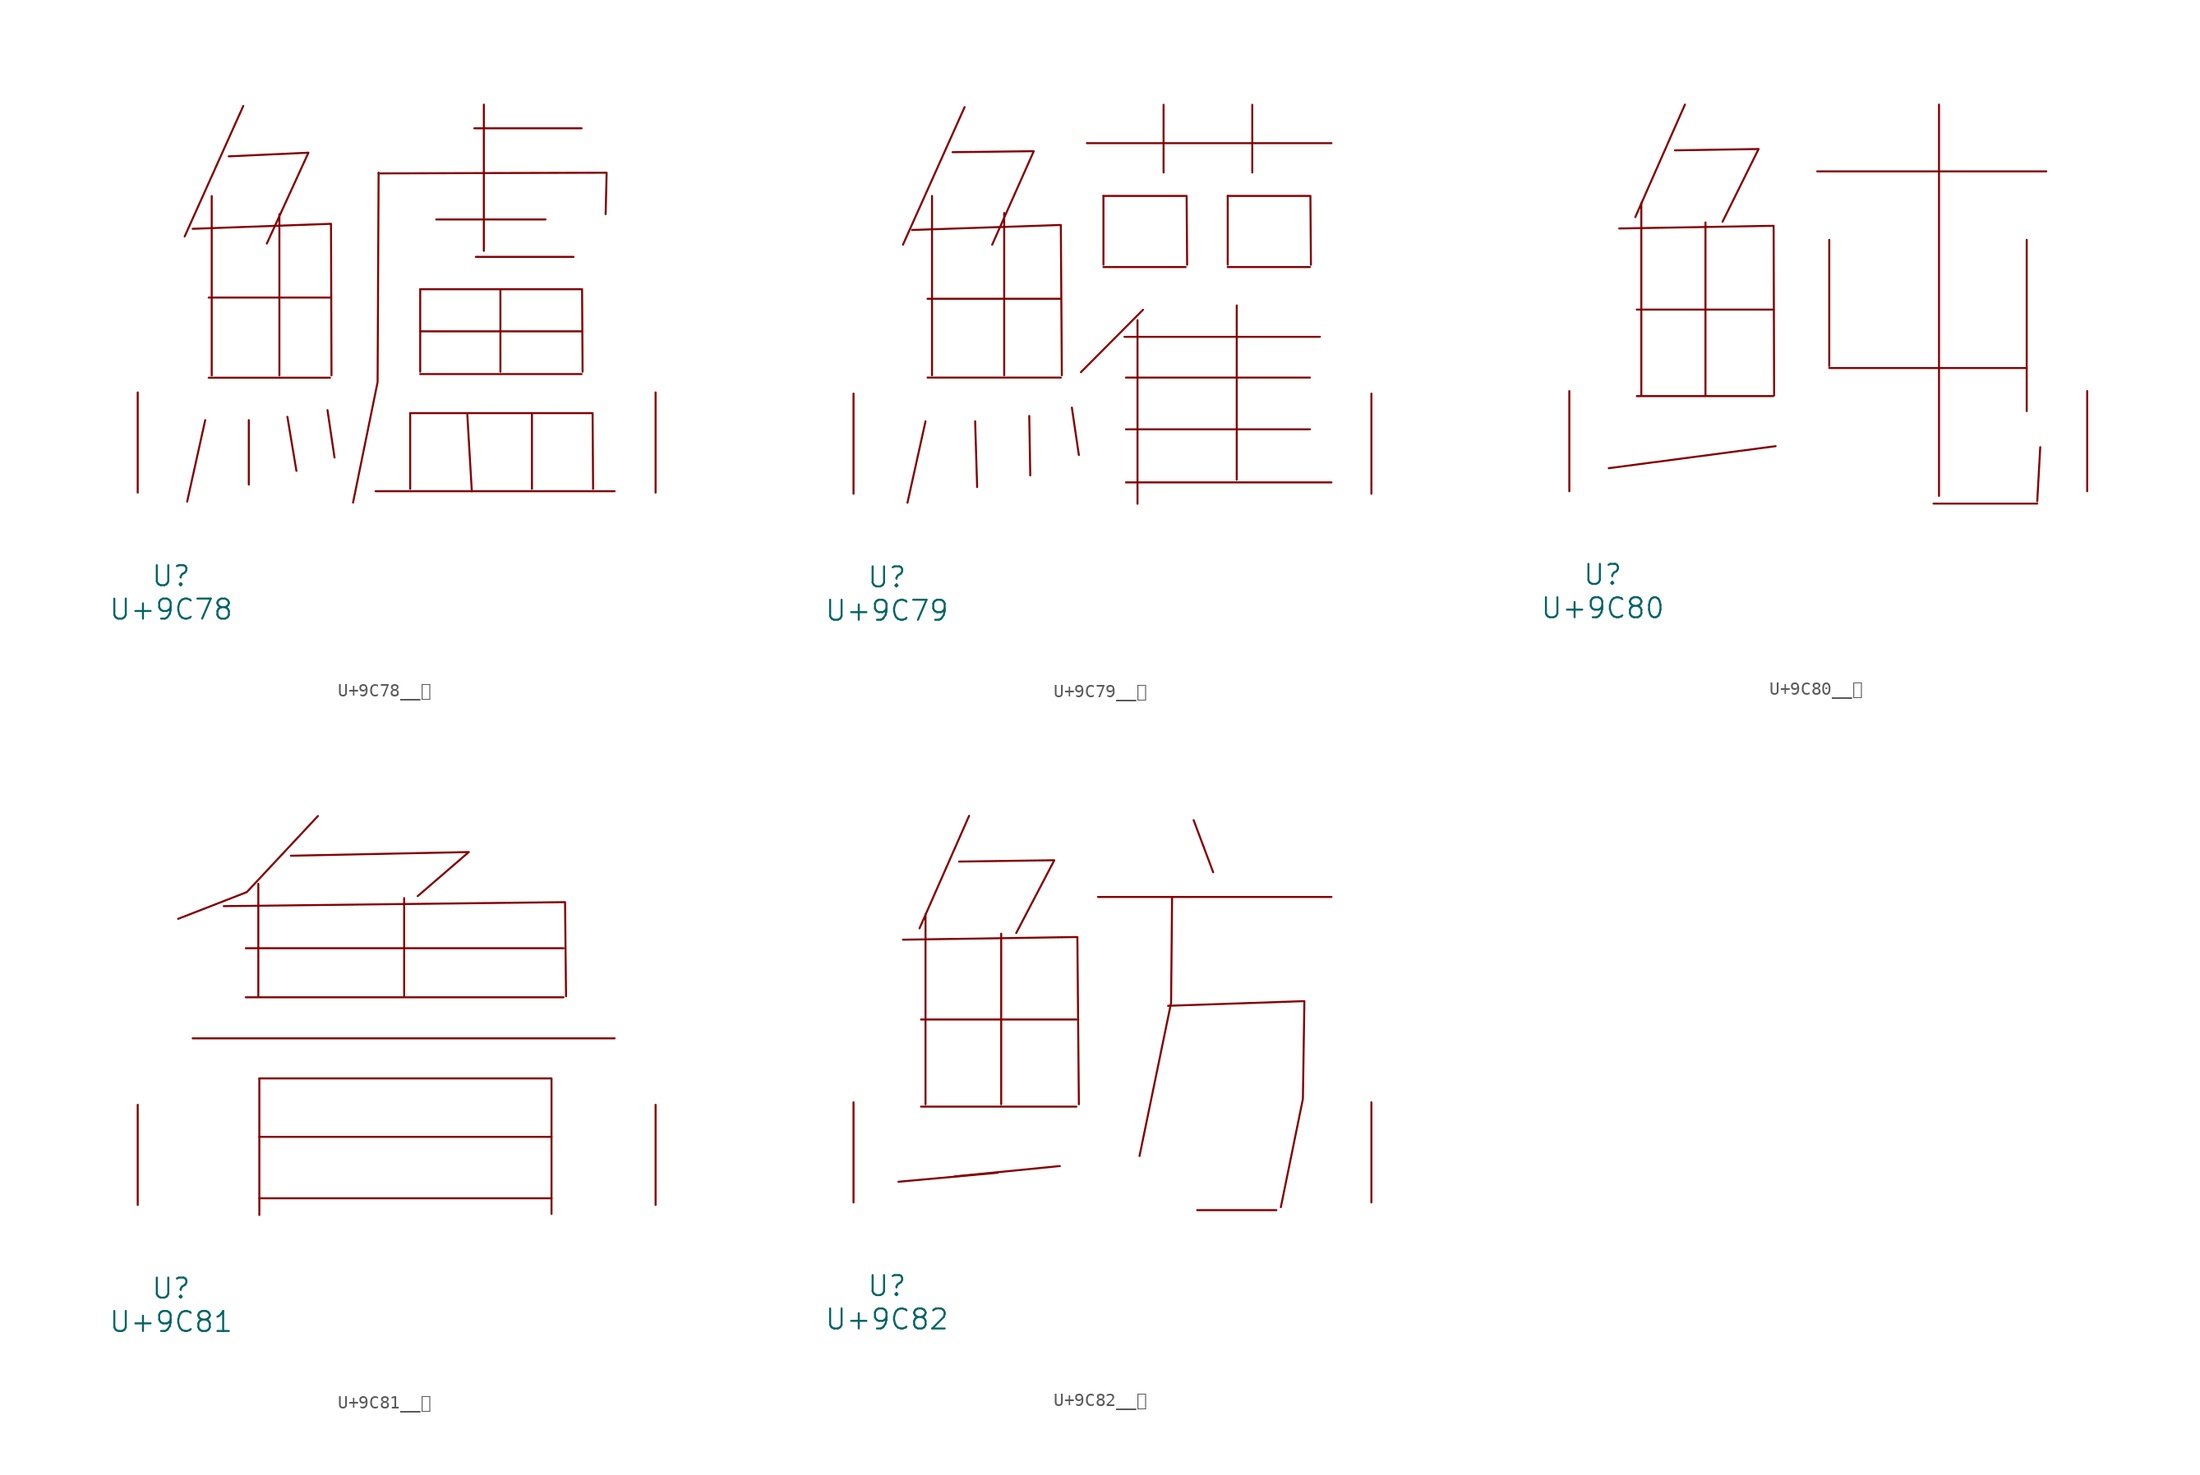
<source format=kicad_sym>
(kicad_symbol_lib
  (version 20231120)
  (generator "kicad_symbol_editor")
  (generator_version "8.0")
  (symbol "U+9C78__鱸"
    (pin_names
      (offset 1.016))
    (property "Reference" "U"
      (at 0 -6.35 0)
      (effects (font (size 1.524 1.524))))
    (property "Value" "U+9C78"
      (at 0 -8.89 0)
      (effects (font (size 1.524 1.524))))
    (symbol "U+9C78__鱸_0_1"
      (polyline (pts (xy 2.591 5.512) (xy 1.219 -0.686)) (stroke (width 0) (type solid)) (fill (type none)))
      (polyline (pts (xy 2.857 8.738) (xy 12.078 8.738)) (stroke (width 0) (type solid)) (fill (type none)))
      (polyline (pts (xy 2.857 14.834) (xy 12.078 14.834)) (stroke (width 0) (type solid)) (fill (type none)))
      (polyline (pts (xy 3.086 22.555) (xy 3.086 8.915)) (stroke (width 0) (type solid)) (fill (type none)))
      (polyline (pts (xy 5.486 29.413) (xy 1.029 19.482)) (stroke (width 0) (type solid)) (fill (type none)))
      (polyline (pts (xy 5.905 5.512) (xy 5.905 0.61)) (stroke (width 0) (type solid)) (fill (type none)))
      (polyline (pts (xy 8.23 21.184) (xy 8.23 8.915)) (stroke (width 0) (type solid)) (fill (type none)))
      (polyline (pts (xy 8.839 5.766) (xy 9.525 1.651)) (stroke (width 0) (type solid)) (fill (type none)))
      (polyline (pts (xy 11.887 6.274) (xy 12.421 2.667)) (stroke (width 0) (type solid)) (fill (type none)))
      (polyline (pts (xy 15.545 0.102) (xy 33.718 0.102)) (stroke (width 0) (type solid)) (fill (type none)))
      (polyline (pts (xy 18.174 6.045) (xy 18.174 0.279)) (stroke (width 0) (type solid)) (fill (type none)))
      (polyline (pts (xy 18.936 9.017) (xy 31.204 9.017)) (stroke (width 0) (type solid)) (fill (type none)))
      (polyline (pts (xy 18.936 12.268) (xy 31.204 12.268)) (stroke (width 0) (type solid)) (fill (type none)))
      (polyline (pts (xy 18.936 15.469) (xy 18.936 9.195)) (stroke (width 0) (type solid)) (fill (type none)))
      (polyline (pts (xy 20.155 20.777) (xy 28.461 20.777)) (stroke (width 0) (type solid)) (fill (type none)))
      (polyline (pts (xy 22.517 5.918) (xy 22.86 0.102)) (stroke (width 0) (type solid)) (fill (type none)))
      (polyline (pts (xy 23.05 27.711) (xy 31.204 27.711)) (stroke (width 0) (type solid)) (fill (type none)))
      (polyline (pts (xy 23.165 17.932) (xy 30.594 17.932)) (stroke (width 0) (type solid)) (fill (type none)))
      (polyline (pts (xy 23.774 29.515) (xy 23.774 18.39)) (stroke (width 0) (type solid)) (fill (type none)))
      (polyline (pts (xy 25.032 15.469) (xy 25.032 9.195)) (stroke (width 0) (type solid)) (fill (type none)))
      (polyline (pts (xy 27.432 6.045) (xy 27.432 0.279)) (stroke (width 0) (type solid)) (fill (type none)))
      (polyline (pts (xy 1.638 20.066) (xy 12.154 20.447) (xy 12.192 8.915)) (stroke (width 0) (type solid)) (fill (type none)))
      (polyline (pts (xy 4.381 25.578) (xy 10.439 25.857) (xy 7.277 18.948)) (stroke (width 0) (type solid)) (fill (type none)))
      (polyline (pts (xy 15.773 24.282) (xy 33.109 24.333) (xy 33.033 21.184)) (stroke (width 0) (type solid)) (fill (type none)))
      (polyline (pts (xy 15.773 24.333) (xy 15.697 8.407) (xy 13.83 -0.762)) (stroke (width 0) (type solid)) (fill (type none)))
      (polyline (pts (xy 18.174 6.045) (xy 32.042 6.045) (xy 32.08 0.279)) (stroke (width 0) (type solid)) (fill (type none)))
      (polyline (pts (xy 18.936 15.469) (xy 31.242 15.469) (xy 31.28 9.195)) (stroke (width 0) (type solid)) (fill (type none)))
      (pin input line (at -2.54 0 90) (length 7.62) (name "~" (effects (font (size 1.27 1.27)))) (number "~" (effects (font (size 1.27 1.27)))))
      (pin input line (at 36.83 0 90) (length 7.62) (name "~" (effects (font (size 1.27 1.27)))) (number "~" (effects (font (size 1.27 1.27)))))))
  (symbol "U+9C79__鱹"
    (pin_names
      (offset 1.016))
    (property "Reference" "U"
      (at 0 -6.35 0)
      (effects (font (size 1.524 1.524))))
    (property "Value" "U+9C79"
      (at 0 -8.89 0)
      (effects (font (size 1.524 1.524))))
    (symbol "U+9C79__鱹_0_1"
      (polyline (pts (xy 2.934 5.512) (xy 1.562 -0.686)) (stroke (width 0) (type solid)) (fill (type none)))
      (polyline (pts (xy 3.086 8.839) (xy 13.221 8.839)) (stroke (width 0) (type solid)) (fill (type none)))
      (polyline (pts (xy 3.086 14.834) (xy 13.221 14.834)) (stroke (width 0) (type solid)) (fill (type none)))
      (polyline (pts (xy 3.429 22.657) (xy 3.429 9.017)) (stroke (width 0) (type solid)) (fill (type none)))
      (polyline (pts (xy 5.905 29.413) (xy 1.219 18.948)) (stroke (width 0) (type solid)) (fill (type none)))
      (polyline (pts (xy 6.706 5.512) (xy 6.858 0.508)) (stroke (width 0) (type solid)) (fill (type none)))
      (polyline (pts (xy 8.915 21.361) (xy 8.915 9.017)) (stroke (width 0) (type solid)) (fill (type none)))
      (polyline (pts (xy 10.82 5.918) (xy 10.897 1.397)) (stroke (width 0) (type solid)) (fill (type none)))
      (polyline (pts (xy 14.059 6.553) (xy 14.592 2.946)) (stroke (width 0) (type solid)) (fill (type none)))
      (polyline (pts (xy 15.202 26.67) (xy 33.795 26.67)) (stroke (width 0) (type solid)) (fill (type none)))
      (polyline (pts (xy 16.459 17.247) (xy 22.708 17.247)) (stroke (width 0) (type solid)) (fill (type none)))
      (polyline (pts (xy 16.459 22.657) (xy 16.459 17.424)) (stroke (width 0) (type solid)) (fill (type none)))
      (polyline (pts (xy 18.059 11.938) (xy 32.918 11.938)) (stroke (width 0) (type solid)) (fill (type none)))
      (polyline (pts (xy 18.174 0.864) (xy 33.795 0.864)) (stroke (width 0) (type solid)) (fill (type none)))
      (polyline (pts (xy 18.174 4.902) (xy 32.156 4.902)) (stroke (width 0) (type solid)) (fill (type none)))
      (polyline (pts (xy 18.174 8.839) (xy 32.156 8.839)) (stroke (width 0) (type solid)) (fill (type none)))
      (polyline (pts (xy 19.05 13.208) (xy 19.05 -0.762)) (stroke (width 0) (type solid)) (fill (type none)))
      (polyline (pts (xy 19.469 13.995) (xy 14.745 9.246)) (stroke (width 0) (type solid)) (fill (type none)))
      (polyline (pts (xy 21.031 29.591) (xy 21.031 24.435)) (stroke (width 0) (type solid)) (fill (type none)))
      (polyline (pts (xy 25.908 17.247) (xy 32.156 17.247)) (stroke (width 0) (type solid)) (fill (type none)))
      (polyline (pts (xy 25.908 22.657) (xy 25.908 17.424)) (stroke (width 0) (type solid)) (fill (type none)))
      (polyline (pts (xy 26.594 14.326) (xy 26.594 1.067)) (stroke (width 0) (type solid)) (fill (type none)))
      (polyline (pts (xy 27.775 29.591) (xy 27.775 24.435)) (stroke (width 0) (type solid)) (fill (type none)))
      (polyline (pts (xy 1.905 20.066) (xy 13.221 20.447) (xy 13.297 9.017)) (stroke (width 0) (type solid)) (fill (type none)))
      (polyline (pts (xy 4.991 25.984) (xy 11.163 26.06) (xy 8.001 18.948)) (stroke (width 0) (type solid)) (fill (type none)))
      (polyline (pts (xy 16.459 22.657) (xy 22.784 22.657) (xy 22.822 17.424)) (stroke (width 0) (type solid)) (fill (type none)))
      (polyline (pts (xy 25.908 22.657) (xy 32.194 22.657) (xy 32.233 17.424)) (stroke (width 0) (type solid)) (fill (type none)))
      (pin input line (at -2.54 0 90) (length 7.62) (name "~" (effects (font (size 1.27 1.27)))) (number "~" (effects (font (size 1.27 1.27)))))
      (pin input line (at 36.83 0 90) (length 7.62) (name "~" (effects (font (size 1.27 1.27)))) (number "~" (effects (font (size 1.27 1.27)))))))
  (symbol "U+9C80__鲀"
    (pin_names
      (offset 1.016))
    (property "Reference" "U"
      (at 0 -6.35 0)
      (effects (font (size 1.524 1.524))))
    (property "Value" "U+9C80"
      (at 0 -8.89 0)
      (effects (font (size 1.524 1.524))))
    (symbol "U+9C80__鲀_0_1"
      (polyline (pts (xy 2.591 7.239) (xy 12.954 7.239)) (stroke (width 0) (type solid)) (fill (type none)))
      (polyline (pts (xy 2.591 13.818) (xy 12.954 13.818)) (stroke (width 0) (type solid)) (fill (type none)))
      (polyline (pts (xy 2.934 21.946) (xy 2.934 7.29)) (stroke (width 0) (type solid)) (fill (type none)))
      (polyline (pts (xy 6.248 29.413) (xy 2.477 20.853)) (stroke (width 0) (type solid)) (fill (type none)))
      (polyline (pts (xy 7.811 20.447) (xy 7.811 7.29)) (stroke (width 0) (type solid)) (fill (type none)))
      (polyline (pts (xy 13.145 3.429) (xy 0.457 1.753)) (stroke (width 0) (type solid)) (fill (type none)))
      (polyline (pts (xy 16.307 24.333) (xy 33.718 24.333)) (stroke (width 0) (type solid)) (fill (type none)))
      (polyline (pts (xy 17.221 9.373) (xy 32.156 9.373)) (stroke (width 0) (type solid)) (fill (type none)))
      (polyline (pts (xy 17.221 19.126) (xy 17.221 9.525)) (stroke (width 0) (type solid)) (fill (type none)))
      (polyline (pts (xy 25.146 -0.94) (xy 33.033 -0.94)) (stroke (width 0) (type solid)) (fill (type none)))
      (polyline (pts (xy 25.565 29.413) (xy 25.565 -0.356)) (stroke (width 0) (type solid)) (fill (type none)))
      (polyline (pts (xy 32.233 19.126) (xy 32.233 6.096)) (stroke (width 0) (type solid)) (fill (type none)))
      (polyline (pts (xy 33.261 3.353) (xy 33.033 -0.762)) (stroke (width 0) (type solid)) (fill (type none)))
      (polyline (pts (xy 1.257 19.99) (xy 12.992 20.193) (xy 13.03 7.29)) (stroke (width 0) (type solid)) (fill (type none)))
      (polyline (pts (xy 5.486 25.933) (xy 11.849 26.035) (xy 9.106 20.498)) (stroke (width 0) (type solid)) (fill (type none)))
      (pin input line (at -2.54 0 90) (length 7.62) (name "~" (effects (font (size 1.27 1.27)))) (number "~" (effects (font (size 1.27 1.27)))))
      (pin input line (at 36.83 0 90) (length 7.62) (name "~" (effects (font (size 1.27 1.27)))) (number "~" (effects (font (size 1.27 1.27)))))))
  (symbol "U+9C81__鲁"
    (pin_names
      (offset 1.016))
    (property "Reference" "U"
      (at 0 -6.35 0)
      (effects (font (size 1.524 1.524))))
    (property "Value" "U+9C81"
      (at 0 -8.89 0)
      (effects (font (size 1.524 1.524))))
    (symbol "U+9C81__鲁_0_1"
      (polyline (pts (xy 1.638 12.675) (xy 33.718 12.675)) (stroke (width 0) (type solid)) (fill (type none)))
      (polyline (pts (xy 5.677 15.799) (xy 29.832 15.799)) (stroke (width 0) (type solid)) (fill (type none)))
      (polyline (pts (xy 5.677 19.533) (xy 29.832 19.533)) (stroke (width 0) (type solid)) (fill (type none)))
      (polyline (pts (xy 6.629 24.435) (xy 6.629 15.875)) (stroke (width 0) (type solid)) (fill (type none)))
      (polyline (pts (xy 6.706 0.508) (xy 28.918 0.508)) (stroke (width 0) (type solid)) (fill (type none)))
      (polyline (pts (xy 6.706 5.182) (xy 28.918 5.182)) (stroke (width 0) (type solid)) (fill (type none)))
      (polyline (pts (xy 6.706 9.627) (xy 6.706 -0.762)) (stroke (width 0) (type solid)) (fill (type none)))
      (polyline (pts (xy 17.716 23.343) (xy 17.716 15.875)) (stroke (width 0) (type solid)) (fill (type none)))
      (polyline (pts (xy 4 22.733) (xy 29.947 23.038) (xy 30.023 15.875)) (stroke (width 0) (type solid)) (fill (type none)))
      (polyline (pts (xy 6.706 9.627) (xy 28.918 9.627) (xy 28.918 -0.686)) (stroke (width 0) (type solid)) (fill (type none)))
      (polyline (pts (xy 9.106 26.568) (xy 22.631 26.848) (xy 18.745 23.495)) (stroke (width 0) (type solid)) (fill (type none)))
      (polyline (pts (xy 11.163 29.591) (xy 5.753 23.8) (xy 0.533 21.768)) (stroke (width 0) (type solid)) (fill (type none)))
      (pin input line (at -2.54 0 90) (length 7.62) (name "~" (effects (font (size 1.27 1.27)))) (number "~" (effects (font (size 1.27 1.27)))))
      (pin input line (at 36.83 0 90) (length 7.62) (name "~" (effects (font (size 1.27 1.27)))) (number "~" (effects (font (size 1.27 1.27)))))))
  (symbol "U+9C82__鲂"
    (pin_names
      (offset 1.016))
    (property "Reference" "U"
      (at 0 -6.35 0)
      (effects (font (size 1.524 1.524))))
    (property "Value" "U+9C82"
      (at 0 -8.89 0)
      (effects (font (size 1.524 1.524))))
    (symbol "U+9C82__鲂_0_1"
      (polyline (pts (xy 2.591 7.29) (xy 14.402 7.29)) (stroke (width 0) (type solid)) (fill (type none)))
      (polyline (pts (xy 2.591 13.919) (xy 14.402 13.919)) (stroke (width 0) (type solid)) (fill (type none)))
      (polyline (pts (xy 2.934 21.946) (xy 2.934 7.468)) (stroke (width 0) (type solid)) (fill (type none)))
      (polyline (pts (xy 6.248 29.413) (xy 2.477 20.853)) (stroke (width 0) (type solid)) (fill (type none)))
      (polyline (pts (xy 8.42 2.261) (xy 0.876 1.575)) (stroke (width 0) (type solid)) (fill (type none)))
      (polyline (pts (xy 8.687 20.447) (xy 8.687 7.468)) (stroke (width 0) (type solid)) (fill (type none)))
      (polyline (pts (xy 13.145 2.769) (xy 5.144 1.981)) (stroke (width 0) (type solid)) (fill (type none)))
      (polyline (pts (xy 16.04 23.241) (xy 33.795 23.241)) (stroke (width 0) (type solid)) (fill (type none)))
      (polyline (pts (xy 23.317 29.083) (xy 24.803 25.121)) (stroke (width 0) (type solid)) (fill (type none)))
      (polyline (pts (xy 23.584 -0.584) (xy 29.604 -0.584)) (stroke (width 0) (type solid)) (fill (type none)))
      (polyline (pts (xy 1.219 19.99) (xy 14.478 20.193) (xy 14.592 7.468)) (stroke (width 0) (type solid)) (fill (type none)))
      (polyline (pts (xy 5.486 25.933) (xy 12.725 26.035) (xy 9.83 20.498)) (stroke (width 0) (type solid)) (fill (type none)))
      (polyline (pts (xy 21.679 23.241) (xy 21.603 15.189) (xy 19.202 3.531)) (stroke (width 0) (type solid)) (fill (type none)))
      (polyline (pts (xy 21.374 14.961) (xy 31.737 15.316) (xy 31.623 7.874) (xy 29.947 -0.356)) (stroke (width 0) (type solid)) (fill (type none)))
      (pin input line (at -2.54 0 90) (length 7.62) (name "~" (effects (font (size 1.27 1.27)))) (number "~" (effects (font (size 1.27 1.27)))))
      (pin input line (at 36.83 0 90) (length 7.62) (name "~" (effects (font (size 1.27 1.27)))) (number "~" (effects (font (size 1.27 1.27))))))))
</source>
